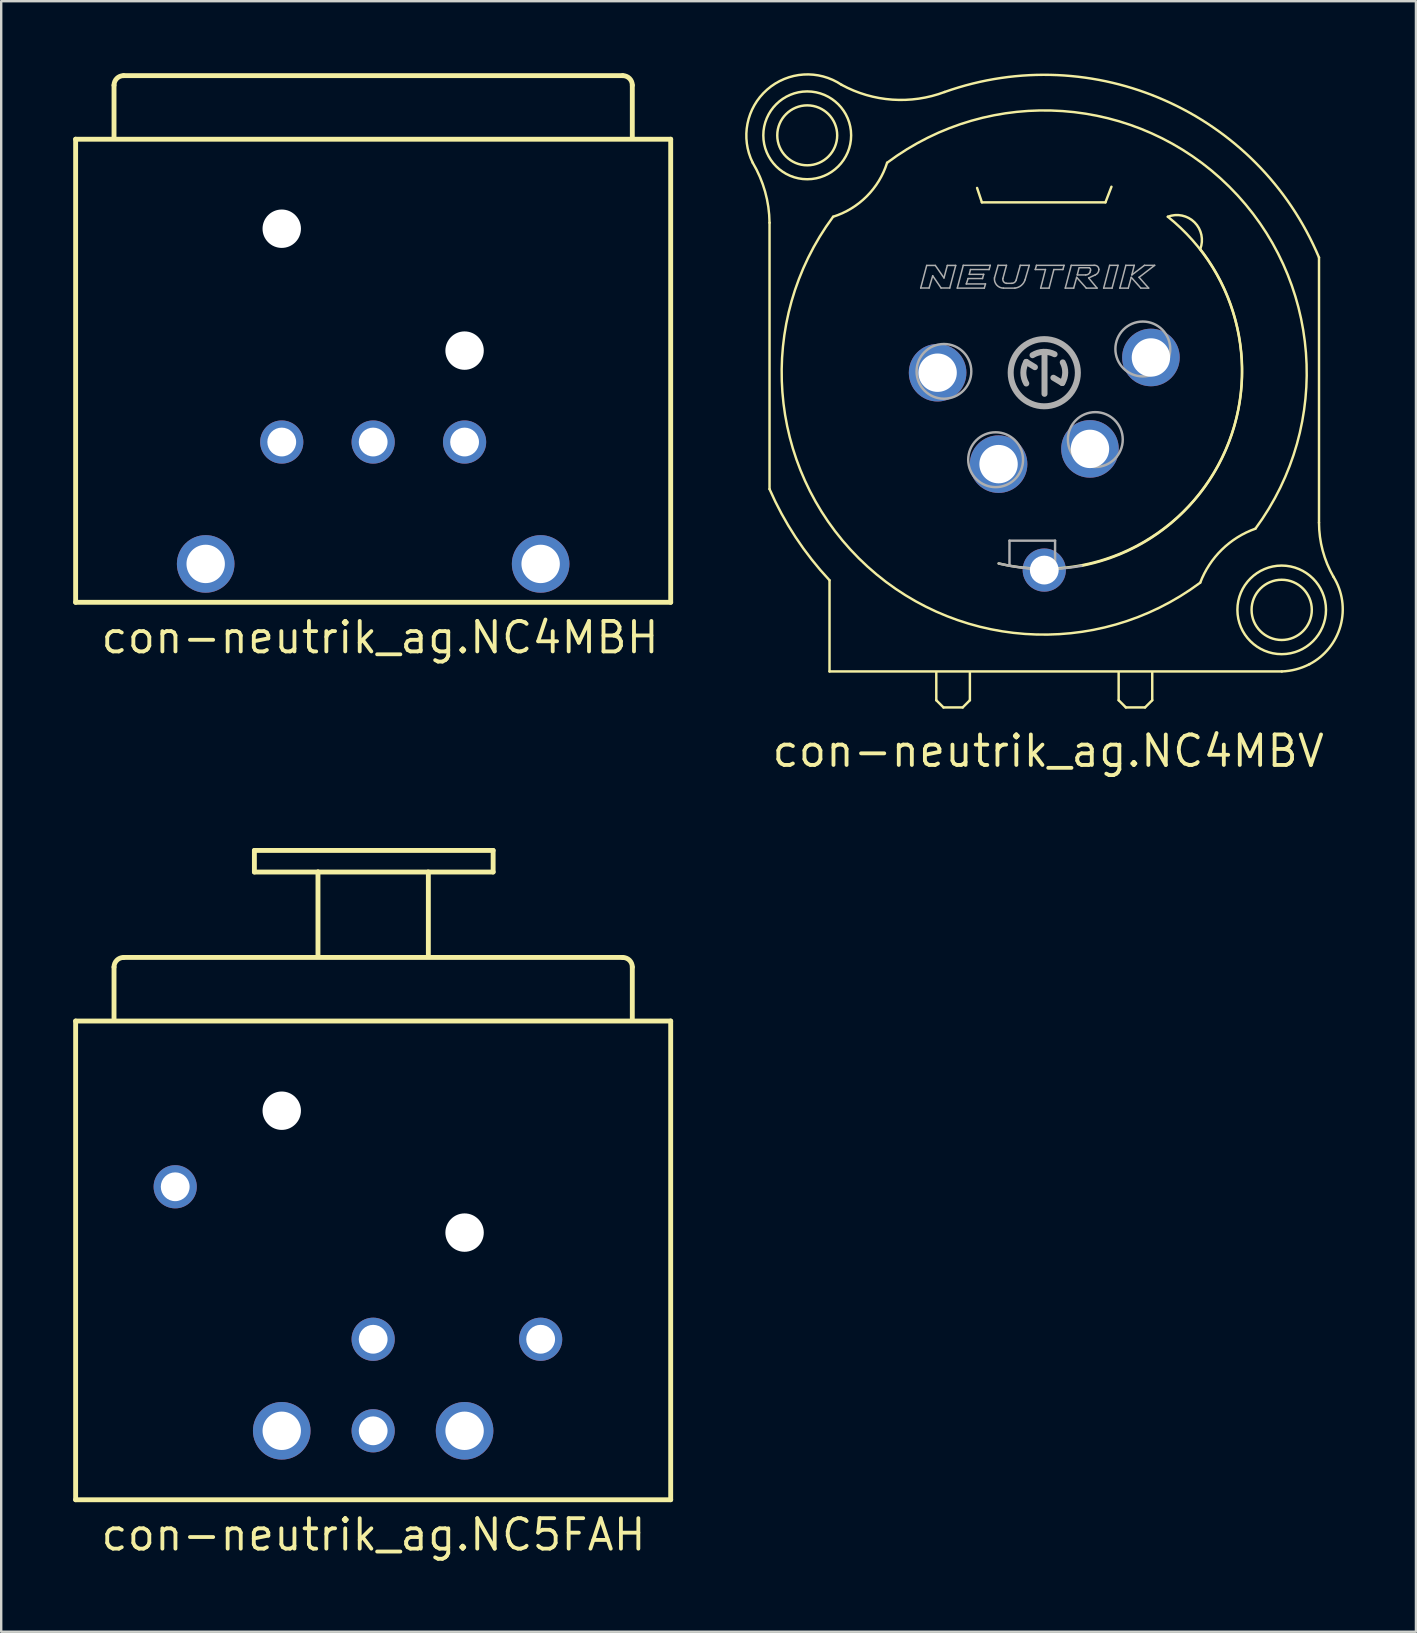
<source format=kicad_pcb>
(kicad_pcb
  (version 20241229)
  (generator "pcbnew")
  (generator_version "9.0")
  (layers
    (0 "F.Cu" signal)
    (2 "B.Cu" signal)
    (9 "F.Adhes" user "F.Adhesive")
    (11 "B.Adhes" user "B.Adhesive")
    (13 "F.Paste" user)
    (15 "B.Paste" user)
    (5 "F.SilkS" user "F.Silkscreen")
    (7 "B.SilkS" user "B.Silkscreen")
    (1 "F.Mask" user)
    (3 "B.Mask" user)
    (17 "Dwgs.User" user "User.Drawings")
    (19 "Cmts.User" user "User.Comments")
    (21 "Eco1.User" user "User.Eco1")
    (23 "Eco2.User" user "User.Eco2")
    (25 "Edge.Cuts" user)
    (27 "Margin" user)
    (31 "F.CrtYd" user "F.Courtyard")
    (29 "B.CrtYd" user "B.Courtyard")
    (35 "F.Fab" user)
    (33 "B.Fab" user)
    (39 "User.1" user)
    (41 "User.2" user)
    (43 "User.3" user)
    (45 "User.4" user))
  (footprint "con-neutrik_ag.NC4MBH"
    (layer "F.Cu")
    (at 12.502 15.372)
    (property "Reference" "con-neutrik_ag.NC4MBH" (at -11.43 8.89 0) (layer "F.SilkS") (effects (font (size 1.27 1.27) (thickness 0.16)) (justify left bottom)))
    (attr through_hole)
    (fp_line (start -12.4 -12.62) (end 12.4 -12.62) (stroke (width 0.203) (type default)) (layer "F.SilkS"))
    (fp_line (start -12.4 6.68) (end -12.4 -12.62) (stroke (width 0.203) (type default)) (layer "F.SilkS"))
    (fp_line (start -10.8 -12.72) (end -10.8 -14.87) (stroke (width 0.203) (type default)) (layer "F.SilkS"))
    (fp_line (start -10.4 -15.27) (end 10.4 -15.27) (stroke (width 0.203) (type default)) (layer "F.SilkS"))
    (fp_line (start 10.8 -14.87) (end 10.8 -12.72) (stroke (width 0.203) (type default)) (layer "F.SilkS"))
    (fp_line (start 12.4 -12.62) (end 12.4 6.68) (stroke (width 0.203) (type default)) (layer "F.SilkS"))
    (fp_line (start 12.4 6.68) (end -12.4 6.68) (stroke (width 0.203) (type default)) (layer "F.SilkS"))
    (fp_arc (start -10.8 -14.87) (mid -10.682843 -15.152843) (end -10.4 -15.27) (stroke (width 0.2032) (type default)) (layer "F.SilkS"))
    (fp_arc (start 10.4 -15.27) (mid 10.682843 -15.152843) (end 10.8 -14.87) (stroke (width 0.2032) (type default)) (layer "F.SilkS"))
    (pad "" np_thru_hole circle (at -3.81 -8.89) (size 1.6 1.6) (drill 1.6) (layers "*.Cu" "*.Mask"))
    (pad "" np_thru_hole circle (at 3.81 -3.81) (size 1.6 1.6) (drill 1.6) (layers "*.Cu" "*.Mask"))
    (pad "1" thru_hole circle (at 6.98 5.08) (size 2.4 2.4) (drill 1.6) (layers "*.Cu" "*.Mask"))
    (pad "2" thru_hole circle (at 3.81 0) (size 1.8 1.8) (drill 1.2) (layers "*.Cu" "*.Mask"))
    (pad "3" thru_hole circle (at -3.81 0) (size 1.8 1.8) (drill 1.2) (layers "*.Cu" "*.Mask"))
    (pad "4" thru_hole circle (at -6.98 5.08) (size 2.4 2.4) (drill 1.6) (layers "*.Cu" "*.Mask"))
    (pad "G" thru_hole circle (at 0 0) (size 1.8 1.8) (drill 1.2) (layers "*.Cu" "*.Mask")))
  (footprint "con-neutrik_ag.NC5FAH"
    (layer "F.Cu")
    (at 12.502 52.765)
    (property "Reference" "con-neutrik_ag.NC5FAH" (at -11.43 8.89 0) (layer "F.SilkS") (effects (font (size 1.27 1.27) (thickness 0.16)) (justify left bottom)))
    (attr through_hole)
    (fp_line (start -12.4 -13.262) (end 12.4 -13.262) (stroke (width 0.203) (type default)) (layer "F.SilkS"))
    (fp_line (start -12.4 6.688) (end -12.4 -13.262) (stroke (width 0.203) (type default)) (layer "F.SilkS"))
    (fp_line (start -10.8 -13.362) (end -10.8 -15.512) (stroke (width 0.203) (type default)) (layer "F.SilkS"))
    (fp_line (start -10.4 -15.912) (end 10.4 -15.912) (stroke (width 0.203) (type default)) (layer "F.SilkS"))
    (fp_line (start -4.95 -20.373) (end 5 -20.373) (stroke (width 0.203) (type default)) (layer "F.SilkS"))
    (fp_line (start -4.95 -19.473) (end -4.95 -20.373) (stroke (width 0.203) (type default)) (layer "F.SilkS"))
    (fp_line (start -2.3 -19.473) (end -4.95 -19.473) (stroke (width 0.203) (type default)) (layer "F.SilkS"))
    (fp_line (start -2.3 -19.473) (end 2.25 -19.473) (stroke (width 0.203) (type default)) (layer "F.SilkS"))
    (fp_line (start -2.3 -16.023) (end -2.3 -19.473) (stroke (width 0.203) (type default)) (layer "F.SilkS"))
    (fp_line (start 2.3 -19.473) (end 2.3 -16.023) (stroke (width 0.203) (type default)) (layer "F.SilkS"))
    (fp_line (start 5 -20.373) (end 5 -19.473) (stroke (width 0.203) (type default)) (layer "F.SilkS"))
    (fp_line (start 5 -19.473) (end 2.3 -19.473) (stroke (width 0.203) (type default)) (layer "F.SilkS"))
    (fp_line (start 10.8 -15.512) (end 10.8 -13.362) (stroke (width 0.203) (type default)) (layer "F.SilkS"))
    (fp_line (start 12.4 -13.262) (end 12.4 6.688) (stroke (width 0.203) (type default)) (layer "F.SilkS"))
    (fp_line (start 12.4 6.688) (end -12.4 6.688) (stroke (width 0.203) (type default)) (layer "F.SilkS"))
    (fp_arc (start -10.8 -15.5119) (mid -10.682843 -15.794743) (end -10.4 -15.9119) (stroke (width 0.2032) (type default)) (layer "F.SilkS"))
    (fp_arc (start 10.4 -15.9119) (mid 10.682843 -15.794743) (end 10.8 -15.5119) (stroke (width 0.2032) (type default)) (layer "F.SilkS"))
    (pad "" np_thru_hole circle (at -3.81 -9.525) (size 1.6 1.6) (drill 1.6) (layers "*.Cu" "*.Mask"))
    (pad "" np_thru_hole circle (at 3.81 -4.445) (size 1.6 1.6) (drill 1.6) (layers "*.Cu" "*.Mask"))
    (pad "1" thru_hole circle (at -3.81 3.815) (size 2.4 2.4) (drill 1.6) (layers "*.Cu" "*.Mask"))
    (pad "2" thru_hole circle (at 0 0) (size 1.8 1.8) (drill 1.2) (layers "*.Cu" "*.Mask"))
    (pad "3" thru_hole circle (at 0 3.815) (size 1.8 1.8) (drill 1.2) (layers "*.Cu" "*.Mask"))
    (pad "4" thru_hole circle (at 6.98 0) (size 1.8 1.8) (drill 1.2) (layers "*.Cu" "*.Mask"))
    (pad "5" thru_hole circle (at 3.81 3.815) (size 2.4 2.4) (drill 1.6) (layers "*.Cu" "*.Mask"))
    (pad "G" thru_hole circle (at -8.25 -6.355) (size 1.8 1.8) (drill 1.2) (layers "*.Cu" "*.Mask")))
  (footprint "con-neutrik_ag.NC4MBV"
    (layer "F.Cu")
    (at 40.471 12.483)
    (property "Reference" "con-neutrik_ag.NC4MBV" (at -11.43 16.51 0) (layer "F.SilkS") (effects (font (size 1.27 1.27) (thickness 0.16)) (justify left bottom)))
    (attr through_hole)
    (fp_line (start -11.45 -6.25) (end -11.45 4.85) (stroke (width 0.102) (type default)) (layer "F.SilkS"))
    (fp_line (start -8.95 8.65) (end -8.95 12.45) (stroke (width 0.102) (type default)) (layer "F.SilkS"))
    (fp_line (start -8.95 12.45) (end 9.9 12.45) (stroke (width 0.102) (type default)) (layer "F.SilkS"))
    (fp_line (start -4.5 12.5) (end -4.5 13.65) (stroke (width 0.102) (type default)) (layer "F.SilkS"))
    (fp_line (start -4.5 13.65) (end -4.2 13.95) (stroke (width 0.102) (type default)) (layer "F.SilkS"))
    (fp_line (start -4.2 13.95) (end -3.4 13.95) (stroke (width 0.102) (type default)) (layer "F.SilkS"))
    (fp_line (start -3.4 13.95) (end -3.1 13.65) (stroke (width 0.102) (type default)) (layer "F.SilkS"))
    (fp_line (start -3.1 13.65) (end -3.1 12.5) (stroke (width 0.102) (type default)) (layer "F.SilkS"))
    (fp_line (start -2.8 -7.7) (end -2.6 -7.1) (stroke (width 0.102) (type default)) (layer "F.SilkS"))
    (fp_line (start -2.6 -7.1) (end 2.55 -7.1) (stroke (width 0.102) (type default)) (layer "F.SilkS"))
    (fp_line (start 2.55 -7.1) (end 2.8 -7.75) (stroke (width 0.102) (type default)) (layer "F.SilkS"))
    (fp_line (start 3.1 12.5) (end 3.1 13.65) (stroke (width 0.102) (type default)) (layer "F.SilkS"))
    (fp_line (start 3.1 13.65) (end 3.4 13.95) (stroke (width 0.102) (type default)) (layer "F.SilkS"))
    (fp_line (start 3.4 13.95) (end 4.2 13.95) (stroke (width 0.102) (type default)) (layer "F.SilkS"))
    (fp_line (start 4.2 13.95) (end 4.5 13.65) (stroke (width 0.102) (type default)) (layer "F.SilkS"))
    (fp_line (start 4.5 13.65) (end 4.5 12.5) (stroke (width 0.102) (type default)) (layer "F.SilkS"))
    (fp_line (start 11.45 6.25) (end 11.45 -4.8) (stroke (width 0.102) (type default)) (layer "F.SilkS"))
    (fp_arc (start -12.15 -8.75) (mid -11.634641 -7.5463) (end -11.45 -6.25) (stroke (width 0.1016) (type default)) (layer "F.SilkS"))
    (fp_arc (start -12.15 -8.75) (mid -11.550563 -11.798718) (end -8.45 -12) (stroke (width 0.1016) (type default)) (layer "F.SilkS"))
    (fp_arc (start -8.95 8.65) (mid -10.362445 6.856872) (end -11.45 4.85) (stroke (width 0.1016) (type default)) (layer "F.SilkS"))
    (fp_arc (start -6.55 -8.75) (mid -7.399996 -7.349996) (end -8.8 -6.5) (stroke (width 0.1016) (type default)) (layer "F.SilkS"))
    (fp_arc (start -6.55 -8.75) (mid 7.709647 -7.752825) (end 8.8 6.5) (stroke (width 0.1016) (type default)) (layer "F.SilkS"))
    (fp_arc (start -4.15 -11.7) (mid -6.332781 -11.380141) (end -8.45 -12) (stroke (width 0.1016) (type default)) (layer "F.SilkS"))
    (fp_arc (start -4.15 -11.7) (mid 5.021613 -11.351038) (end 11.45 -4.8) (stroke (width 0.1016) (type default)) (layer "F.SilkS"))
    (fp_arc (start 5.15 -6.5) (mid 7.4058 3.54539) (end -1.9 7.95) (stroke (width 0.1016) (type default)) (layer "F.SilkS"))
    (fp_arc (start 5.15 -6.5) (mid 6.265153 -6.265153) (end 6.5 -5.15) (stroke (width 0.1016) (type default)) (layer "F.SilkS"))
    (fp_arc (start 6.5 -5.15) (mid 7.719786 2.835545) (end 1.55 8.05) (stroke (width 0.1016) (type default)) (layer "F.SilkS"))
    (fp_arc (start 6.5 8.75) (mid -7.733301 7.729886) (end -8.8 -6.5) (stroke (width 0.1016) (type default)) (layer "F.SilkS"))
    (fp_arc (start 6.5 8.75) (mid 7.402452 7.37195) (end 8.8 6.5) (stroke (width 0.1016) (type default)) (layer "F.SilkS"))
    (fp_arc (start 11.05 12.15) (mid 10.491533 12.363377) (end 9.9 12.45) (stroke (width 0.1016) (type default)) (layer "F.SilkS"))
    (fp_arc (start 12.05 8.5) (mid 12.348211 10.543688) (end 11.05 12.15) (stroke (width 0.1016) (type default)) (layer "F.SilkS"))
    (fp_arc (start 12.05 8.5) (mid 11.603713 7.41401) (end 11.45 6.25) (stroke (width 0.1016) (type default)) (layer "F.SilkS"))
    (fp_circle (center -9.879 -9.893) (end -8.63 -9.893) (stroke (width 0.102) (type default)) (fill no) (layer "F.SilkS"))
    (fp_circle (center -9.879 -9.893) (end -8.049 -9.893) (stroke (width 0.102) (type default)) (fill no) (layer "F.SilkS"))
    (fp_circle (center 9.895 9.884) (end 11.15 9.884) (stroke (width 0.102) (type default)) (fill no) (layer "F.SilkS"))
    (fp_circle (center 9.895 9.884) (end 11.741 9.884) (stroke (width 0.102) (type default)) (fill no) (layer "F.SilkS"))
    (fp_line (start -5.15 -3.53) (end -4.9 -4.47) (stroke (width 0.063) (type default)) (layer "F.Fab"))
    (fp_line (start -4.9 -4.47) (end -4.54 -4.47) (stroke (width 0.063) (type default)) (layer "F.Fab"))
    (fp_line (start -4.8 -3.53) (end -5.15 -3.53) (stroke (width 0.063) (type default)) (layer "F.Fab"))
    (fp_line (start -4.65 -4.04) (end -4.8 -3.53) (stroke (width 0.063) (type default)) (layer "F.Fab"))
    (fp_line (start -4.54 -4.47) (end -4.18 -3.95) (stroke (width 0.063) (type default)) (layer "F.Fab"))
    (fp_line (start -4.3 -3.53) (end -4.65 -4.04) (stroke (width 0.063) (type default)) (layer "F.Fab"))
    (fp_line (start -4.18 -3.95) (end -4.04 -4.47) (stroke (width 0.063) (type default)) (layer "F.Fab"))
    (fp_line (start -4.04 -4.47) (end -3.69 -4.47) (stroke (width 0.063) (type default)) (layer "F.Fab"))
    (fp_line (start -3.94 -3.53) (end -4.3 -3.53) (stroke (width 0.063) (type default)) (layer "F.Fab"))
    (fp_line (start -3.69 -4.47) (end -3.94 -3.53) (stroke (width 0.063) (type default)) (layer "F.Fab"))
    (fp_line (start -3.625 -3.525) (end -3.375 -4.475) (stroke (width 0.063) (type default)) (layer "F.Fab"))
    (fp_line (start -3.375 -4.475) (end -2.25 -4.475) (stroke (width 0.063) (type default)) (layer "F.Fab"))
    (fp_line (start -3.25 -3.7) (end -2.45 -3.7) (stroke (width 0.063) (type default)) (layer "F.Fab"))
    (fp_line (start -3.175 -3.925) (end -3.25 -3.7) (stroke (width 0.063) (type default)) (layer "F.Fab"))
    (fp_line (start -3.125 -4.1) (end -2.525 -4.1) (stroke (width 0.063) (type default)) (layer "F.Fab"))
    (fp_line (start -3.075 -4.3) (end -3.125 -4.1) (stroke (width 0.063) (type default)) (layer "F.Fab"))
    (fp_line (start -2.575 -3.925) (end -3.175 -3.925) (stroke (width 0.063) (type default)) (layer "F.Fab"))
    (fp_line (start -2.525 -4.1) (end -2.575 -3.925) (stroke (width 0.063) (type default)) (layer "F.Fab"))
    (fp_line (start -2.5 -3.525) (end -3.625 -3.525) (stroke (width 0.063) (type default)) (layer "F.Fab"))
    (fp_line (start -2.45 -3.7) (end -2.5 -3.525) (stroke (width 0.063) (type default)) (layer "F.Fab"))
    (fp_line (start -2.3 -4.3) (end -3.075 -4.3) (stroke (width 0.063) (type default)) (layer "F.Fab"))
    (fp_line (start -2.25 -4.475) (end -2.3 -4.3) (stroke (width 0.063) (type default)) (layer "F.Fab"))
    (fp_line (start -2.075 -3.95) (end -1.925 -4.475) (stroke (width 0.063) (type default)) (layer "F.Fab"))
    (fp_line (start -1.925 -4.475) (end -1.575 -4.475) (stroke (width 0.063) (type default)) (layer "F.Fab"))
    (fp_line (start -1.575 -4.475) (end -1.725 -3.925) (stroke (width 0.063) (type default)) (layer "F.Fab"))
    (fp_line (start -1.575 -3.725) (end -1.35 -3.725) (stroke (width 0.063) (type default)) (layer "F.Fab"))
    (fp_line (start -1.45 7) (end 0.45 7) (stroke (width 0.102) (type default)) (layer "F.Fab"))
    (fp_line (start -1.45 8) (end -1.45 7) (stroke (width 0.102) (type default)) (layer "F.Fab"))
    (fp_line (start -1.225 -3.525) (end -1.7 -3.525) (stroke (width 0.063) (type default)) (layer "F.Fab"))
    (fp_line (start -1.175 -3.85) (end -1 -4.475) (stroke (width 0.063) (type default)) (layer "F.Fab"))
    (fp_line (start -1 -4.475) (end -0.625 -4.475) (stroke (width 0.063) (type default)) (layer "F.Fab"))
    (fp_line (start -0.75 -0.45) (end -0.39 -0.23) (stroke (width 0.25) (type default)) (layer "F.Fab"))
    (fp_line (start -0.625 -4.475) (end -0.8 -3.875) (stroke (width 0.063) (type default)) (layer "F.Fab"))
    (fp_line (start -0.375 -4.3) (end -0.325 -4.475) (stroke (width 0.063) (type default)) (layer "F.Fab"))
    (fp_line (start -0.325 -4.475) (end 0.825 -4.475) (stroke (width 0.063) (type default)) (layer "F.Fab"))
    (fp_line (start -0.15 -3.525) (end 0.05 -4.3) (stroke (width 0.063) (type default)) (layer "F.Fab"))
    (fp_line (start 0.01 0.88) (end 0.01 -0.78) (stroke (width 0.25) (type default)) (layer "F.Fab"))
    (fp_line (start 0.05 -4.3) (end -0.375 -4.3) (stroke (width 0.063) (type default)) (layer "F.Fab"))
    (fp_line (start 0.2 -3.525) (end -0.15 -3.525) (stroke (width 0.063) (type default)) (layer "F.Fab"))
    (fp_line (start 0.38 0.21) (end 0.75 0.43) (stroke (width 0.25) (type default)) (layer "F.Fab"))
    (fp_line (start 0.4 -4.3) (end 0.2 -3.525) (stroke (width 0.063) (type default)) (layer "F.Fab"))
    (fp_line (start 0.45 7) (end 0.45 8.15) (stroke (width 0.102) (type default)) (layer "F.Fab"))
    (fp_line (start 0.775 -4.3) (end 0.4 -4.3) (stroke (width 0.063) (type default)) (layer "F.Fab"))
    (fp_line (start 0.825 -4.475) (end 0.775 -4.3) (stroke (width 0.063) (type default)) (layer "F.Fab"))
    (fp_line (start 0.875 -3.525) (end 1.125 -4.475) (stroke (width 0.063) (type default)) (layer "F.Fab"))
    (fp_line (start 1.125 -4.475) (end 2.075 -4.475) (stroke (width 0.063) (type default)) (layer "F.Fab"))
    (fp_line (start 1.225 -3.525) (end 0.875 -3.525) (stroke (width 0.063) (type default)) (layer "F.Fab"))
    (fp_line (start 1.35 -3.975) (end 1.225 -3.525) (stroke (width 0.063) (type default)) (layer "F.Fab"))
    (fp_line (start 1.375 -4.075) (end 1.725 -4.075) (stroke (width 0.063) (type default)) (layer "F.Fab"))
    (fp_line (start 1.45 -4.375) (end 1.375 -4.075) (stroke (width 0.063) (type default)) (layer "F.Fab"))
    (fp_line (start 1.75 -3.525) (end 1.35 -3.975) (stroke (width 0.063) (type default)) (layer "F.Fab"))
    (fp_line (start 1.85 -3.95) (end 2.2 -3.525) (stroke (width 0.063) (type default)) (layer "F.Fab"))
    (fp_line (start 1.875 -4.375) (end 1.475 -4.375) (stroke (width 0.063) (type default)) (layer "F.Fab"))
    (fp_line (start 1.9 -4.175) (end 1.925 -4.25) (stroke (width 0.063) (type default)) (layer "F.Fab"))
    (fp_line (start 2.125 -4.075) (end 1.85 -3.95) (stroke (width 0.063) (type default)) (layer "F.Fab"))
    (fp_line (start 2.2 -3.525) (end 1.75 -3.525) (stroke (width 0.063) (type default)) (layer "F.Fab"))
    (fp_line (start 2.475 -3.525) (end 2.725 -4.475) (stroke (width 0.063) (type default)) (layer "F.Fab"))
    (fp_line (start 2.725 -4.475) (end 3.075 -4.475) (stroke (width 0.063) (type default)) (layer "F.Fab"))
    (fp_line (start 2.825 -3.525) (end 2.475 -3.525) (stroke (width 0.063) (type default)) (layer "F.Fab"))
    (fp_line (start 3.075 -4.475) (end 2.825 -3.525) (stroke (width 0.063) (type default)) (layer "F.Fab"))
    (fp_line (start 3.15 -3.525) (end 3.5 -3.525) (stroke (width 0.063) (type default)) (layer "F.Fab"))
    (fp_line (start 3.4 -4.475) (end 3.15 -3.525) (stroke (width 0.063) (type default)) (layer "F.Fab"))
    (fp_line (start 3.5 -3.525) (end 3.625 -3.975) (stroke (width 0.063) (type default)) (layer "F.Fab"))
    (fp_line (start 3.625 -3.975) (end 4.025 -3.525) (stroke (width 0.063) (type default)) (layer "F.Fab"))
    (fp_line (start 3.65 -4.075) (end 3.75 -4.475) (stroke (width 0.063) (type default)) (layer "F.Fab"))
    (fp_line (start 3.75 -4.475) (end 3.4 -4.475) (stroke (width 0.063) (type default)) (layer "F.Fab"))
    (fp_line (start 3.95 -3.975) (end 4.6 -4.475) (stroke (width 0.063) (type default)) (layer "F.Fab"))
    (fp_line (start 4.025 -3.525) (end 4.35 -3.525) (stroke (width 0.063) (type default)) (layer "F.Fab"))
    (fp_line (start 4.175 -4.475) (end 3.65 -4.075) (stroke (width 0.063) (type default)) (layer "F.Fab"))
    (fp_line (start 4.35 -3.525) (end 3.95 -3.975) (stroke (width 0.063) (type default)) (layer "F.Fab"))
    (fp_line (start 4.6 -4.475) (end 4.175 -4.475) (stroke (width 0.063) (type default)) (layer "F.Fab"))
    (fp_arc (start -1.7 -3.525) (mid -1.982521 -3.653658) (end -2.075 -3.95) (stroke (width 0.0634) (type default)) (layer "F.Fab"))
    (fp_arc (start -1.575 -3.725) (mid -1.69424 -3.79182) (end -1.725 -3.925) (stroke (width 0.0634) (type default)) (layer "F.Fab"))
    (fp_arc (start -1.175 -3.85) (mid -1.243041 -3.760258) (end -1.35 -3.725) (stroke (width 0.0634) (type default)) (layer "F.Fab"))
    (fp_arc (start -0.8 -3.875) (mid -0.960299 -3.636613) (end -1.225 -3.525) (stroke (width 0.0634) (type default)) (layer "F.Fab"))
    (fp_arc (start -0.75 0.45) (mid -0.871403 0) (end -0.75 -0.45) (stroke (width 0.25) (type default)) (layer "F.Fab"))
    (fp_arc (start -0.49 -0.73) (mid -0.035246 -0.870662) (end 0.43 -0.77) (stroke (width 0.25) (type default)) (layer "F.Fab"))
    (fp_arc (start 0.77 -0.43) (mid 0.873225 0.002633) (end 0.75 0.43) (stroke (width 0.25) (type default)) (layer "F.Fab"))
    (fp_arc (start 1.55 8.05) (mid -0.180258 8.181405) (end -1.9 7.95) (stroke (width 0.1016) (type default)) (layer "F.Fab"))
    (fp_arc (start 1.875 -4.375) (mid 1.925888 -4.322855) (end 1.925 -4.25) (stroke (width 0.0634) (type default)) (layer "F.Fab"))
    (fp_arc (start 1.9 -4.175) (mid 1.82636 -4.100745) (end 1.725 -4.075) (stroke (width 0.0634) (type default)) (layer "F.Fab"))
    (fp_arc (start 2.075 -4.475) (mid 2.215618 -4.433921) (end 2.275 -4.3) (stroke (width 0.0634) (type default)) (layer "F.Fab"))
    (fp_arc (start 2.275 -4.3) (mid 2.235142 -4.164072) (end 2.125 -4.075) (stroke (width 0.0634) (type default)) (layer "F.Fab"))
    (fp_circle (center -4.181 -0.056) (end -3.041 -0.056) (stroke (width 0.102) (type default)) (fill no) (layer "F.Fab"))
    (fp_circle (center -2.027 3.626) (end -0.884 3.626) (stroke (width 0.102) (type default)) (fill no) (layer "F.Fab"))
    (fp_circle (center 0 0) (end 1.4 0) (stroke (width 0.25) (type default)) (fill no) (layer "F.Fab"))
    (fp_circle (center 2.128 2.786) (end 3.271 2.786) (stroke (width 0.102) (type default)) (fill no) (layer "F.Fab"))
    (fp_circle (center 4.107 -0.989) (end 5.25 -0.989) (stroke (width 0.102) (type default)) (fill no) (layer "F.Fab"))
    (pad "1" thru_hole circle (at -4.445 0) (size 2.4 2.4) (drill 1.6) (layers "*.Cu" "*.Mask"))
    (pad "2" thru_hole circle (at -1.905 3.81) (size 2.4 2.4) (drill 1.6) (layers "*.Cu" "*.Mask"))
    (pad "3" thru_hole circle (at 1.905 3.175) (size 2.4 2.4) (drill 1.6) (layers "*.Cu" "*.Mask"))
    (pad "4" thru_hole circle (at 4.445 -0.635) (size 2.4 2.4) (drill 1.6) (layers "*.Cu" "*.Mask"))
    (pad "G" thru_hole circle (at 0 8.225) (size 1.8 1.8) (drill 1.2) (layers "*.Cu" "*.Mask")))
  (gr_rect
    (start -3 -3)
    (end 55.961 64.953)
    (stroke (width 0.1) (type default))
    (fill no)
    (layer "Edge.Cuts")))
</source>
